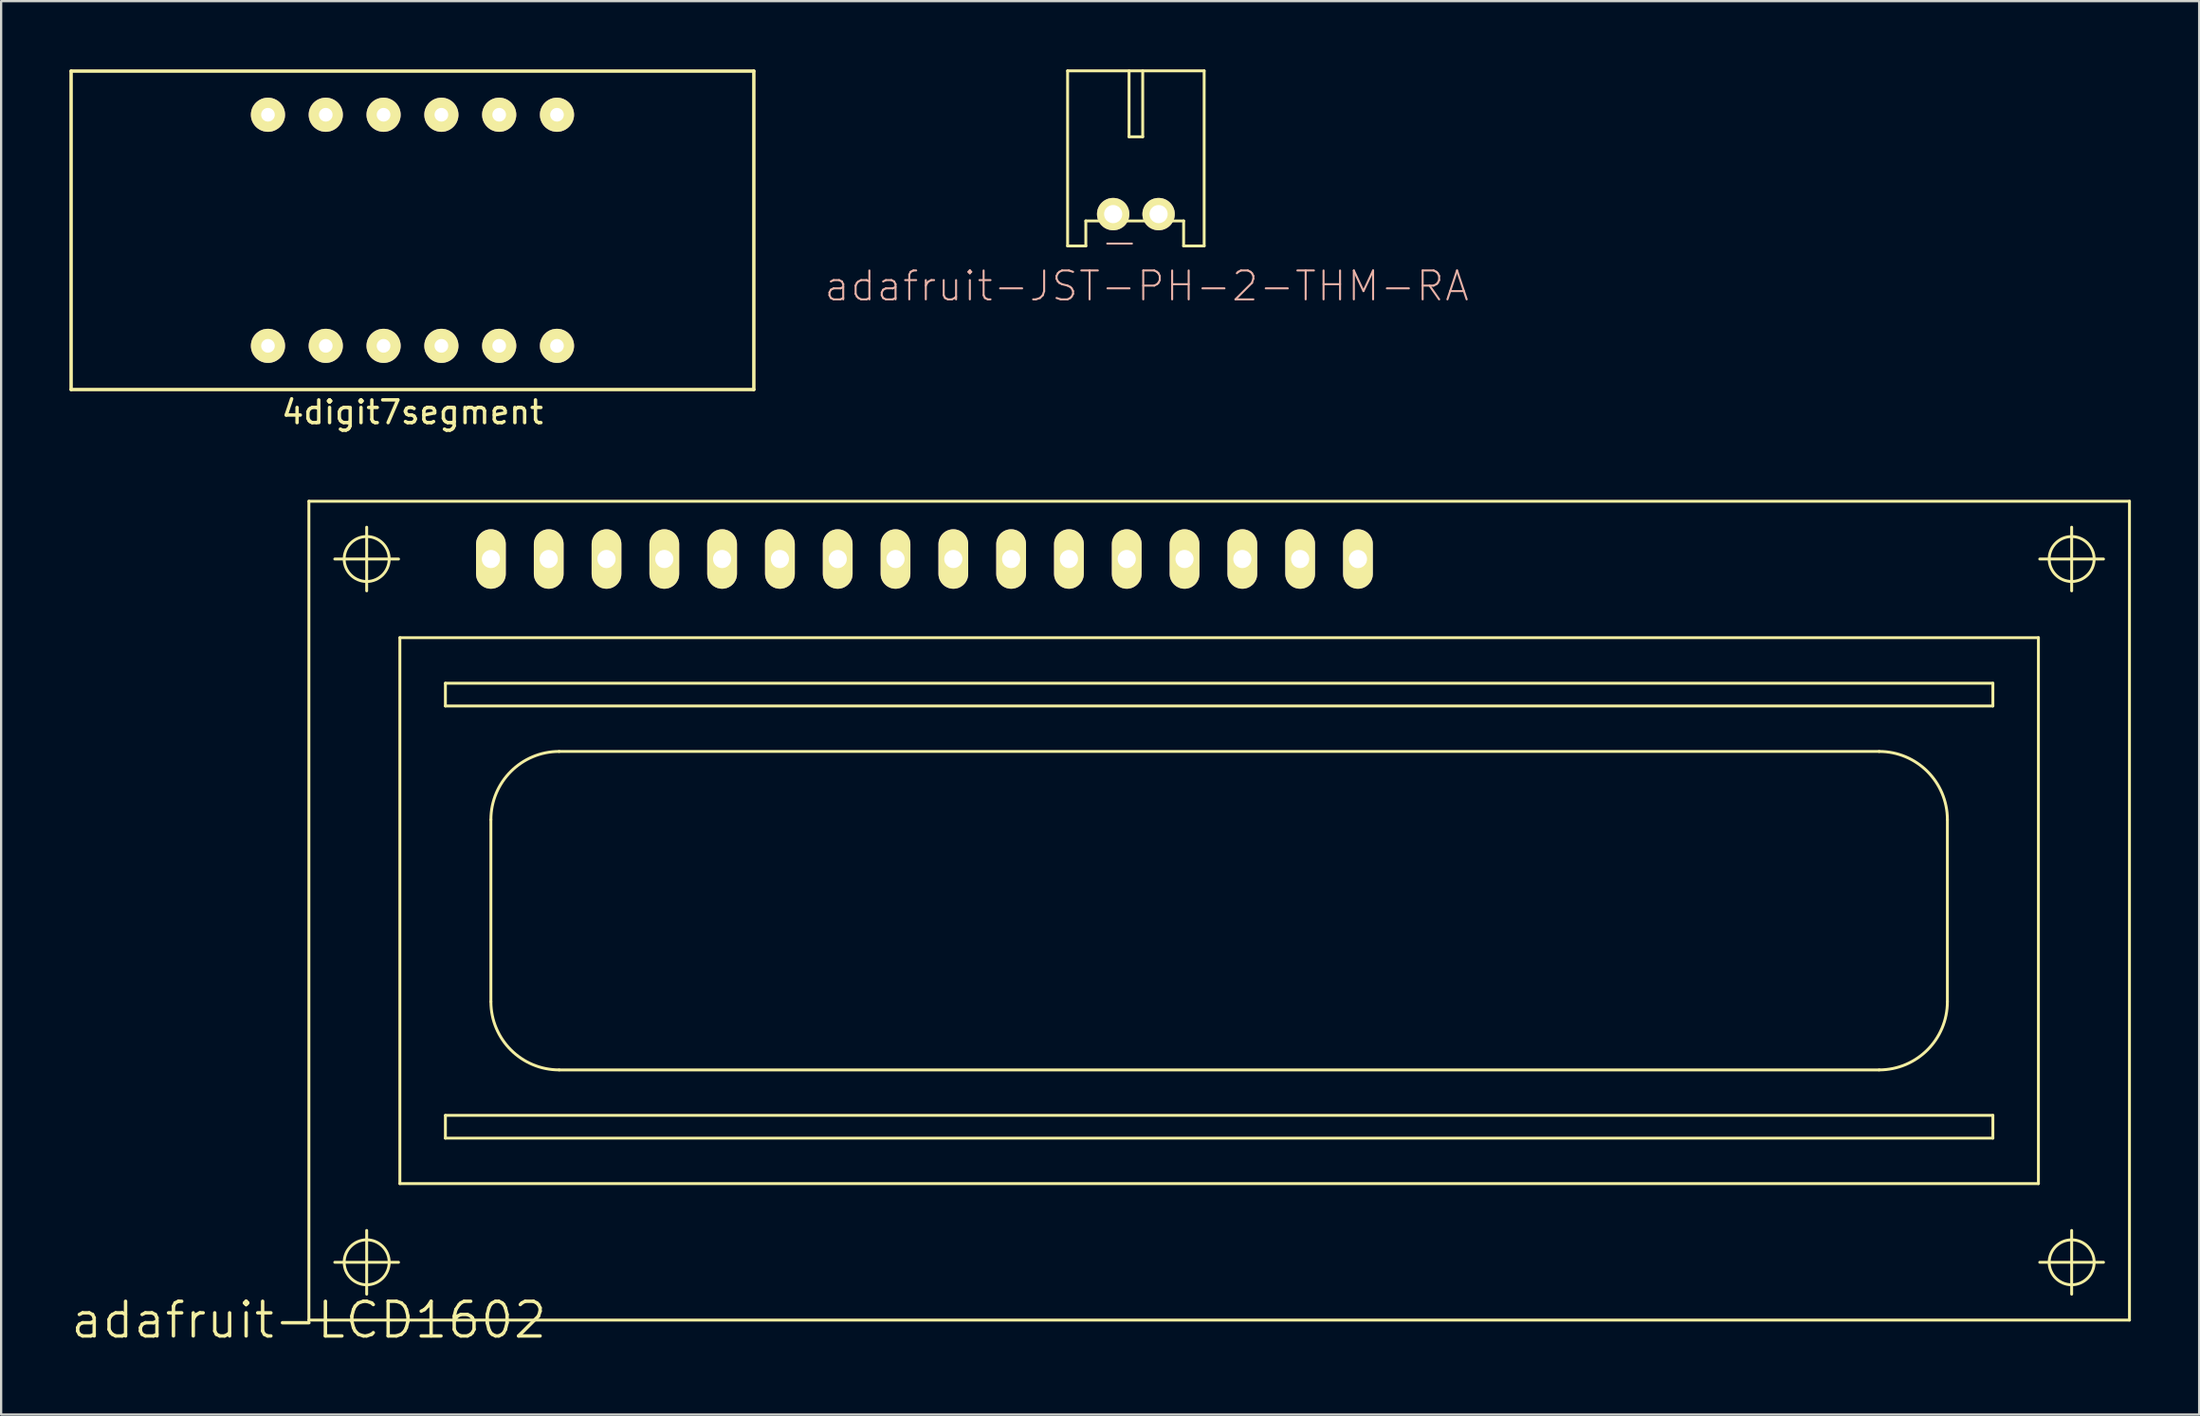
<source format=kicad_pcb>
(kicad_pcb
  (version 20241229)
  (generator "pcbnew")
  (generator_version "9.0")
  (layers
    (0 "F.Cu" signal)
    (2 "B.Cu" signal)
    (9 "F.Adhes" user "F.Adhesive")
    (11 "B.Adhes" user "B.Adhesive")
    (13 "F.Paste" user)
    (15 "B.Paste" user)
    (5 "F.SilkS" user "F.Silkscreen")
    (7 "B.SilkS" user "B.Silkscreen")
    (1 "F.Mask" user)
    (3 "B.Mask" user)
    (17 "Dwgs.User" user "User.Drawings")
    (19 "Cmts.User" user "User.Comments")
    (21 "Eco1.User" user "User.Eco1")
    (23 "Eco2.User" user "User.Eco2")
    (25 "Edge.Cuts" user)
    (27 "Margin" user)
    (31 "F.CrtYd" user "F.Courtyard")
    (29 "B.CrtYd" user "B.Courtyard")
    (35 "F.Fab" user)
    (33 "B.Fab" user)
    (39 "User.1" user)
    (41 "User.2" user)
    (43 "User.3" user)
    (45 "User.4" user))
  (footprint "adafruit-JST-PH-2-THM-RA"
    (layer "F.Cu")
    (at 46.863 6.363)
    (property "Reference" "adafruit-JST-PH-2-THM-RA" (at 0.475 3.165 0) (layer "B.SilkS") (effects (font (size 1.27 1.27) (thickness 0.089))))
    (attr exclude_from_pos_files exclude_from_bom)
    (fp_line (start -3 -6.299) (end 3 -6.299) (stroke (width 0.127) (type solid)) (layer "F.SilkS"))
    (fp_line (start -3 1.4) (end -3 -6.299) (stroke (width 0.127) (type solid)) (layer "F.SilkS"))
    (fp_line (start -2.2 0.3) (end 2.098 0.3) (stroke (width 0.127) (type solid)) (layer "F.SilkS"))
    (fp_line (start -2.2 1.4) (end -3 1.4) (stroke (width 0.127) (type solid)) (layer "F.SilkS"))
    (fp_line (start -2.2 1.4) (end -2.2 0.3) (stroke (width 0.127) (type solid)) (layer "F.SilkS"))
    (fp_line (start -0.3 -6.299) (end -0.3 -3.399) (stroke (width 0.127) (type solid)) (layer "F.SilkS"))
    (fp_line (start -0.3 -3.399) (end 0.3 -3.399) (stroke (width 0.127) (type solid)) (layer "F.SilkS"))
    (fp_line (start 0.3 -3.399) (end 0.3 -6.299) (stroke (width 0.127) (type solid)) (layer "F.SilkS"))
    (fp_line (start 2.098 0.3) (end 2.098 1.4) (stroke (width 0.127) (type solid)) (layer "F.SilkS"))
    (fp_line (start 2.098 1.4) (end 2.2 1.4) (stroke (width 0.127) (type solid)) (layer "F.SilkS"))
    (fp_line (start 3 -6.299) (end 3 1.4) (stroke (width 0.127) (type solid)) (layer "F.SilkS"))
    (fp_line (start 3 1.4) (end 2.2 1.4) (stroke (width 0.127) (type solid)) (layer "F.SilkS"))
    (fp_text user "-" (at -0.716 1.184 0) (layer "B.SilkS") (effects (font (size 1.422 1.422) (thickness 0.089))))
    (pad "1" thru_hole circle (at 0.998 0) (size 1.422 1.422) (drill 0.798) (layers "*.Cu" "F.Mask" "F.SilkS" "F.Paste"))
    (pad "2" thru_hole circle (at -0.998 0) (size 1.422 1.422) (drill 0.798) (layers "*.Cu" "F.Mask" "F.SilkS" "F.Paste")))
  (footprint "4digit7segment"
    (layer "F.Cu")
    (at 15.075 7.075)
    (property "Reference" "4digit7segment" (at 0 8 0) (layer "F.SilkS") (effects (font (size 1 1) (thickness 0.15))))
    (attr through_hole)
    (fp_line (start -15 -7) (end -15 7) (stroke (width 0.15) (type solid)) (layer "F.SilkS"))
    (fp_line (start -15 7) (end 15 7) (stroke (width 0.15) (type solid)) (layer "F.SilkS"))
    (fp_line (start 15 -7) (end -15 -7) (stroke (width 0.15) (type solid)) (layer "F.SilkS"))
    (fp_line (start 15 7) (end 15 -7) (stroke (width 0.15) (type solid)) (layer "F.SilkS"))
    (pad "1" thru_hole circle (at -6.35 5.08) (size 1.5 1.5) (drill 0.6) (layers "*.Cu" "*.Mask" "F.SilkS"))
    (pad "2" thru_hole circle (at -3.81 5.08) (size 1.5 1.5) (drill 0.6) (layers "*.Cu" "*.Mask" "F.SilkS"))
    (pad "3" thru_hole circle (at -1.27 5.08) (size 1.5 1.5) (drill 0.6) (layers "*.Cu" "*.Mask" "F.SilkS"))
    (pad "4" thru_hole circle (at 1.27 5.08) (size 1.5 1.5) (drill 0.6) (layers "*.Cu" "*.Mask" "F.SilkS"))
    (pad "5" thru_hole circle (at 3.81 5.08) (size 1.5 1.5) (drill 0.6) (layers "*.Cu" "*.Mask" "F.SilkS"))
    (pad "6" thru_hole circle (at 6.35 5.08) (size 1.5 1.5) (drill 0.6) (layers "*.Cu" "*.Mask" "F.SilkS"))
    (pad "7" thru_hole circle (at 6.35 -5.08) (size 1.5 1.5) (drill 0.6) (layers "*.Cu" "*.Mask" "F.SilkS"))
    (pad "8" thru_hole circle (at 3.81 -5.08) (size 1.5 1.5) (drill 0.6) (layers "*.Cu" "*.Mask" "F.SilkS"))
    (pad "9" thru_hole circle (at 1.27 -5.08) (size 1.5 1.5) (drill 0.6) (layers "*.Cu" "*.Mask" "F.SilkS"))
    (pad "10" thru_hole circle (at -1.27 -5.08) (size 1.5 1.5) (drill 0.6) (layers "*.Cu" "*.Mask" "F.SilkS"))
    (pad "11" thru_hole circle (at -3.81 -5.08) (size 1.5 1.5) (drill 0.6) (layers "*.Cu" "*.Mask" "F.SilkS"))
    (pad "12" thru_hole circle (at -6.35 -5.08) (size 1.5 1.5) (drill 0.6) (layers "*.Cu" "*.Mask" "F.SilkS")))
  (footprint "adafruit-LCD1602"
    (layer "F.Cu")
    (at 10.523 54.986)
    (property "Reference" "adafruit-LCD1602" (at 0 0 0) (layer "F.SilkS") (effects (font (size 1.524 1.524) (thickness 0.15))))
    (attr exclude_from_pos_files exclude_from_bom)
    (fp_line (start 0 -35.999) (end 0 0) (stroke (width 0.127) (type solid)) (layer "F.SilkS"))
    (fp_line (start 0 0) (end 80 0) (stroke (width 0.127) (type solid)) (layer "F.SilkS"))
    (fp_line (start 1.138 -33.459) (end 3.94 -33.459) (stroke (width 0.127) (type solid)) (layer "F.SilkS"))
    (fp_line (start 1.138 -2.54) (end 3.94 -2.54) (stroke (width 0.127) (type solid)) (layer "F.SilkS"))
    (fp_line (start 2.54 -32.06) (end 2.54 -34.859) (stroke (width 0.127) (type solid)) (layer "F.SilkS"))
    (fp_line (start 2.54 -1.138) (end 2.54 -3.94) (stroke (width 0.127) (type solid)) (layer "F.SilkS"))
    (fp_line (start 3.998 -30) (end 75.999 -30) (stroke (width 0.127) (type solid)) (layer "F.SilkS"))
    (fp_line (start 3.998 -5.999) (end 3.998 -30) (stroke (width 0.127) (type solid)) (layer "F.SilkS"))
    (fp_line (start 5.999 -27.998) (end 73.998 -27.998) (stroke (width 0.127) (type solid)) (layer "F.SilkS"))
    (fp_line (start 5.999 -26.998) (end 5.999 -27.998) (stroke (width 0.127) (type solid)) (layer "F.SilkS"))
    (fp_line (start 5.999 -8.999) (end 5.999 -7.998) (stroke (width 0.127) (type solid)) (layer "F.SilkS"))
    (fp_line (start 5.999 -7.998) (end 73.998 -7.998) (stroke (width 0.127) (type solid)) (layer "F.SilkS"))
    (fp_line (start 7.998 -21.999) (end 7.998 -13.998) (stroke (width 0.127) (type solid)) (layer "F.SilkS"))
    (fp_line (start 10.998 -10.998) (end 68.999 -10.998) (stroke (width 0.127) (type solid)) (layer "F.SilkS"))
    (fp_line (start 68.999 -24.999) (end 10.998 -24.999) (stroke (width 0.127) (type solid)) (layer "F.SilkS"))
    (fp_line (start 71.999 -13.998) (end 71.999 -21.999) (stroke (width 0.127) (type solid)) (layer "F.SilkS"))
    (fp_line (start 73.998 -27.998) (end 73.998 -26.998) (stroke (width 0.127) (type solid)) (layer "F.SilkS"))
    (fp_line (start 73.998 -26.998) (end 5.999 -26.998) (stroke (width 0.127) (type solid)) (layer "F.SilkS"))
    (fp_line (start 73.998 -8.999) (end 5.999 -8.999) (stroke (width 0.127) (type solid)) (layer "F.SilkS"))
    (fp_line (start 73.998 -7.998) (end 73.998 -8.999) (stroke (width 0.127) (type solid)) (layer "F.SilkS"))
    (fp_line (start 75.999 -30) (end 75.999 -5.999) (stroke (width 0.127) (type solid)) (layer "F.SilkS"))
    (fp_line (start 75.999 -5.999) (end 3.998 -5.999) (stroke (width 0.127) (type solid)) (layer "F.SilkS"))
    (fp_line (start 76.058 -33.459) (end 78.859 -33.459) (stroke (width 0.127) (type solid)) (layer "F.SilkS"))
    (fp_line (start 76.058 -2.54) (end 78.859 -2.54) (stroke (width 0.127) (type solid)) (layer "F.SilkS"))
    (fp_line (start 77.46 -32.06) (end 77.46 -34.859) (stroke (width 0.127) (type solid)) (layer "F.SilkS"))
    (fp_line (start 77.46 -1.138) (end 77.46 -3.94) (stroke (width 0.127) (type solid)) (layer "F.SilkS"))
    (fp_line (start 80 -35.999) (end 0 -35.999) (stroke (width 0.127) (type solid)) (layer "F.SilkS"))
    (fp_line (start 80 0) (end 80 -35.999) (stroke (width 0.127) (type solid)) (layer "F.SilkS"))
    (fp_arc (start 7.99846 -21.99894) (mid 8.877064 -24.120076) (end 10.9982 -24.99868) (stroke (width 0.127) (type solid)) (layer "F.SilkS"))
    (fp_arc (start 10.9982 -10.9982) (mid 8.877064 -11.876804) (end 7.99846 -13.99794) (stroke (width 0.127) (type solid)) (layer "F.SilkS"))
    (fp_arc (start 68.9991 -24.99868) (mid 71.120236 -24.120076) (end 71.99884 -21.99894) (stroke (width 0.127) (type solid)) (layer "F.SilkS"))
    (fp_arc (start 71.99884 -13.99794) (mid 71.120236 -11.876804) (end 68.9991 -10.9982) (stroke (width 0.127) (type solid)) (layer "F.SilkS"))
    (fp_circle (center 2.54 -33.459) (end 3.239 -34.158) (stroke (width 0.127) (type solid)) (fill no) (layer "F.SilkS"))
    (fp_circle (center 2.54 -2.54) (end 3.239 -3.239) (stroke (width 0.127) (type solid)) (fill no) (layer "F.SilkS"))
    (fp_circle (center 77.46 -33.459) (end 78.158 -34.158) (stroke (width 0.127) (type solid)) (fill no) (layer "F.SilkS"))
    (fp_circle (center 77.46 -2.54) (end 78.158 -3.239) (stroke (width 0.127) (type solid)) (fill no) (layer "F.SilkS"))
    (pad "1" thru_hole oval (at 7.998 -33.459) (size 1.306 2.614) (drill 0.798) (layers "*.Cu" "*.Mask" "F.SilkS"))
    (pad "2" thru_hole oval (at 10.538 -33.459) (size 1.306 2.614) (drill 0.798) (layers "*.Cu" "*.Mask" "F.SilkS"))
    (pad "3" thru_hole oval (at 13.078 -33.459) (size 1.306 2.614) (drill 0.798) (layers "*.Cu" "*.Mask" "F.SilkS"))
    (pad "4" thru_hole oval (at 15.618 -33.459) (size 1.306 2.614) (drill 0.798) (layers "*.Cu" "*.Mask" "F.SilkS"))
    (pad "5" thru_hole oval (at 18.158 -33.459) (size 1.306 2.614) (drill 0.798) (layers "*.Cu" "*.Mask" "F.SilkS"))
    (pad "6" thru_hole oval (at 20.698 -33.459) (size 1.306 2.614) (drill 0.798) (layers "*.Cu" "*.Mask" "F.SilkS"))
    (pad "7" thru_hole oval (at 23.238 -33.459) (size 1.306 2.614) (drill 0.798) (layers "*.Cu" "*.Mask" "F.SilkS"))
    (pad "8" thru_hole oval (at 25.778 -33.459) (size 1.306 2.614) (drill 0.798) (layers "*.Cu" "*.Mask" "F.SilkS"))
    (pad "9" thru_hole oval (at 28.318 -33.459) (size 1.306 2.614) (drill 0.798) (layers "*.Cu" "*.Mask" "F.SilkS"))
    (pad "10" thru_hole oval (at 30.858 -33.459) (size 1.306 2.614) (drill 0.798) (layers "*.Cu" "*.Mask" "F.SilkS"))
    (pad "11" thru_hole oval (at 33.398 -33.459) (size 1.306 2.614) (drill 0.798) (layers "*.Cu" "*.Mask" "F.SilkS"))
    (pad "12" thru_hole oval (at 35.938 -33.459) (size 1.306 2.614) (drill 0.798) (layers "*.Cu" "*.Mask" "F.SilkS"))
    (pad "13" thru_hole oval (at 38.478 -33.459) (size 1.306 2.614) (drill 0.798) (layers "*.Cu" "*.Mask" "F.SilkS"))
    (pad "14" thru_hole oval (at 41.018 -33.459) (size 1.306 2.614) (drill 0.798) (layers "*.Cu" "*.Mask" "F.SilkS"))
    (pad "15" thru_hole oval (at 43.558 -33.459) (size 1.306 2.614) (drill 0.798) (layers "*.Cu" "*.Mask" "F.SilkS"))
    (pad "16" thru_hole oval (at 46.098 -33.459) (size 1.306 2.614) (drill 0.798) (layers "*.Cu" "*.Mask" "F.SilkS")))
  (gr_rect
    (start -3 -3)
    (end 93.586 59.141)
    (stroke (width 0.1) (type default))
    (fill no)
    (layer "Edge.Cuts")))
</source>
